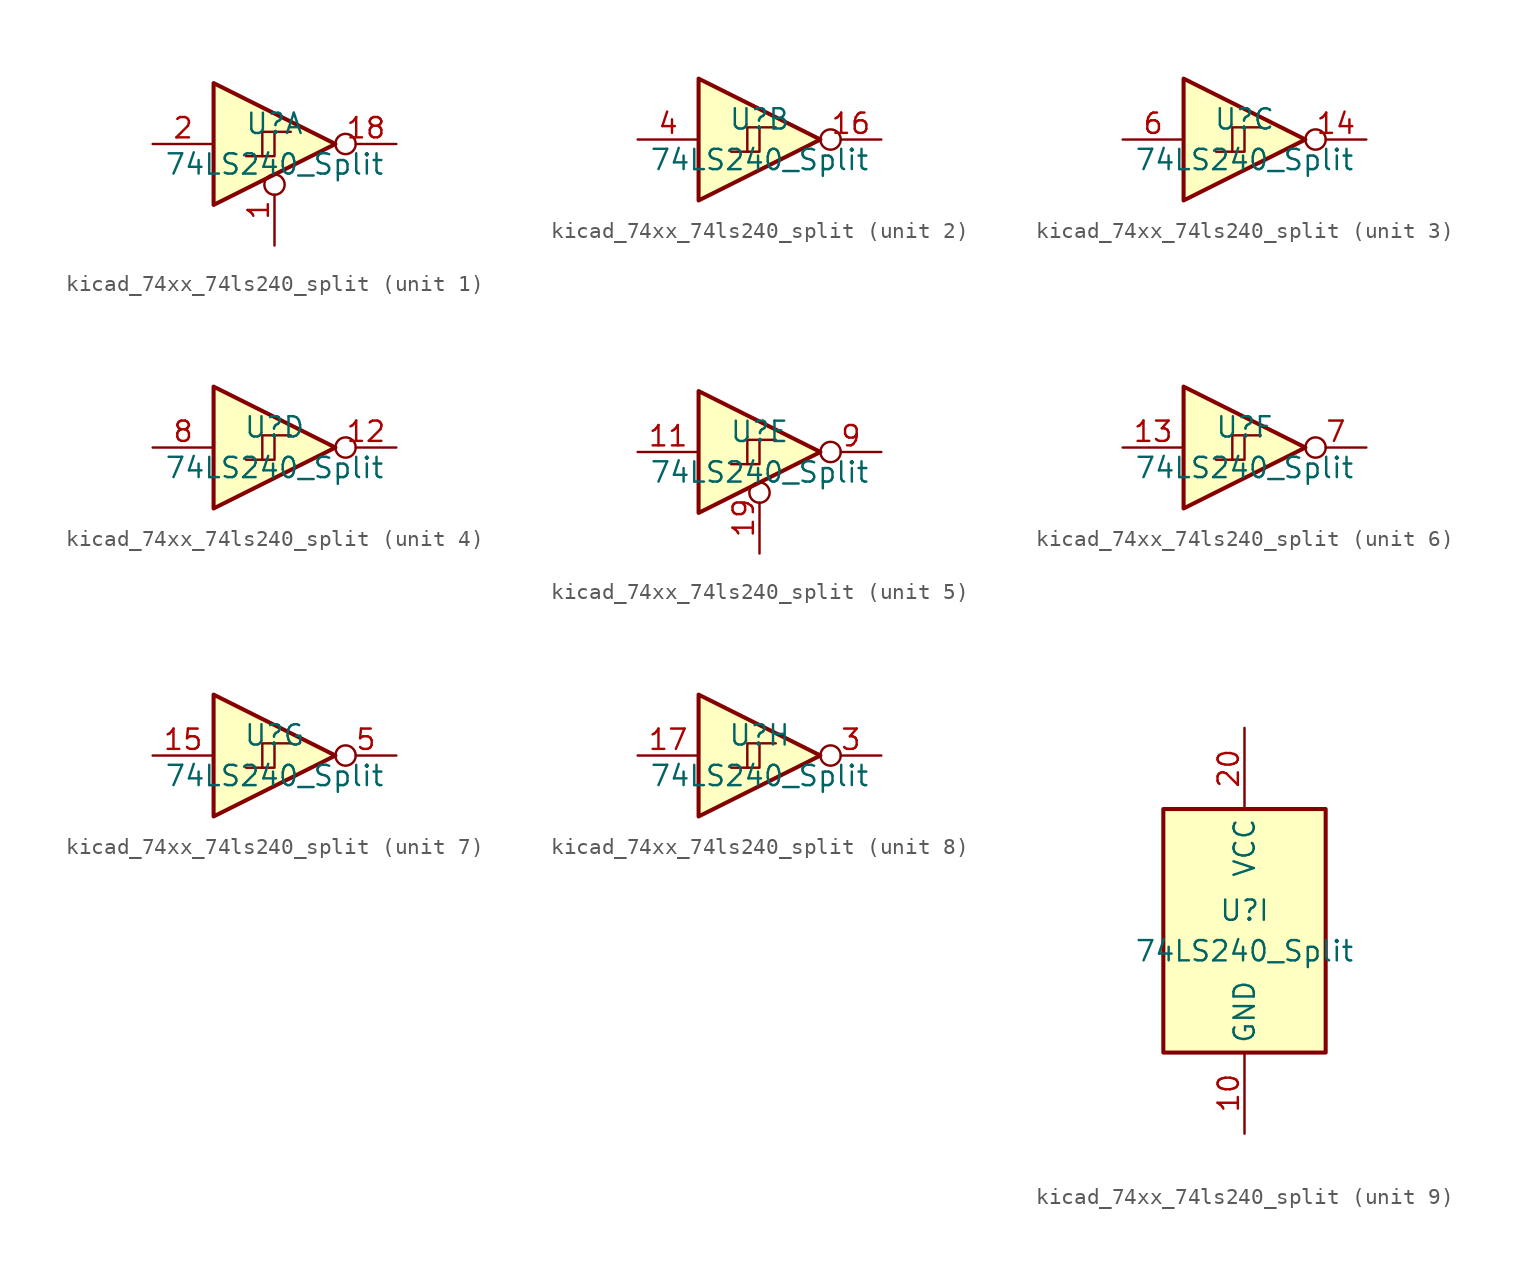
<source format=kicad_sym>
(kicad_symbol_lib
  (version 20220914)
  (generator kicad_symbol_editor)
  (symbol "kicad_74xx_74ls240_split"
    (property "Reference" "U"
      (at 0 1.27 0)
      (effects (font (size 1.27 1.27))))
    (property "Value" "74LS240_Split"
      (at 0 -1.27 0)
      (effects (font (size 1.27 1.27))))
    (property "ki_locked" ""
      (at 0 0 0)
      (effects (font (size 1.27 1.27))))
    (symbol "kicad_74xx_74ls240_split_1_0"
      (polyline (pts (xy -3.81 3.81) (xy -3.81 -3.81) (xy 3.81 0) (xy -3.81 3.81)) (stroke (width 0.254) (type default)) (fill (type background)))
      (pin input inverted (at 0 -6.35 90) (length 4.445) (name "~" (effects (font (size 1.27 1.27)))) (number "1" (effects (font (size 1.27 1.27)))))
      (pin tri_state inverted (at 7.62 0 180) (length 3.81) (name "~" (effects (font (size 1.27 1.27)))) (number "18" (effects (font (size 1.27 1.27)))))
      (pin input line (at -7.62 0 0) (length 3.81) (name "~" (effects (font (size 1.27 1.27)))) (number "2" (effects (font (size 1.27 1.27))))))
    (symbol "kicad_74xx_74ls240_split_1_1"
      (polyline (pts (xy -0.762 -0.762) (xy -0.762 0.762) (xy 1.016 0.762)) (stroke (width 0) (type default)) (fill (type none)))
      (polyline (pts (xy 0 0.762) (xy 0 -0.762) (xy -1.778 -0.762)) (stroke (width 0) (type default)) (fill (type none))))
    (symbol "kicad_74xx_74ls240_split_2_0"
      (polyline (pts (xy -3.81 3.81) (xy -3.81 -3.81) (xy 3.81 0) (xy -3.81 3.81)) (stroke (width 0.254) (type default)) (fill (type background)))
      (pin tri_state inverted (at 7.62 0 180) (length 3.81) (name "~" (effects (font (size 1.27 1.27)))) (number "16" (effects (font (size 1.27 1.27)))))
      (pin input line (at -7.62 0 0) (length 3.81) (name "~" (effects (font (size 1.27 1.27)))) (number "4" (effects (font (size 1.27 1.27))))))
    (symbol "kicad_74xx_74ls240_split_2_1"
      (polyline (pts (xy -0.762 -0.762) (xy -0.762 0.762) (xy 1.016 0.762)) (stroke (width 0) (type default)) (fill (type none)))
      (polyline (pts (xy 0 0.762) (xy 0 -0.762) (xy -1.778 -0.762)) (stroke (width 0) (type default)) (fill (type none))))
    (symbol "kicad_74xx_74ls240_split_3_0"
      (polyline (pts (xy -3.81 3.81) (xy -3.81 -3.81) (xy 3.81 0) (xy -3.81 3.81)) (stroke (width 0.254) (type default)) (fill (type background)))
      (pin tri_state inverted (at 7.62 0 180) (length 3.81) (name "~" (effects (font (size 1.27 1.27)))) (number "14" (effects (font (size 1.27 1.27)))))
      (pin input line (at -7.62 0 0) (length 3.81) (name "~" (effects (font (size 1.27 1.27)))) (number "6" (effects (font (size 1.27 1.27))))))
    (symbol "kicad_74xx_74ls240_split_3_1"
      (polyline (pts (xy -0.762 -0.762) (xy -0.762 0.762) (xy 1.016 0.762)) (stroke (width 0) (type default)) (fill (type none)))
      (polyline (pts (xy 0 0.762) (xy 0 -0.762) (xy -1.778 -0.762)) (stroke (width 0) (type default)) (fill (type none))))
    (symbol "kicad_74xx_74ls240_split_4_0"
      (polyline (pts (xy -3.81 3.81) (xy -3.81 -3.81) (xy 3.81 0) (xy -3.81 3.81)) (stroke (width 0.254) (type default)) (fill (type background)))
      (pin tri_state inverted (at 7.62 0 180) (length 3.81) (name "~" (effects (font (size 1.27 1.27)))) (number "12" (effects (font (size 1.27 1.27)))))
      (pin input line (at -7.62 0 0) (length 3.81) (name "~" (effects (font (size 1.27 1.27)))) (number "8" (effects (font (size 1.27 1.27))))))
    (symbol "kicad_74xx_74ls240_split_4_1"
      (polyline (pts (xy -0.762 -0.762) (xy -0.762 0.762) (xy 1.016 0.762)) (stroke (width 0) (type default)) (fill (type none)))
      (polyline (pts (xy 0 0.762) (xy 0 -0.762) (xy -1.778 -0.762)) (stroke (width 0) (type default)) (fill (type none))))
    (symbol "kicad_74xx_74ls240_split_5_0"
      (polyline (pts (xy -3.81 3.81) (xy -3.81 -3.81) (xy 3.81 0) (xy -3.81 3.81)) (stroke (width 0.254) (type default)) (fill (type background)))
      (pin input line (at -7.62 0 0) (length 3.81) (name "~" (effects (font (size 1.27 1.27)))) (number "11" (effects (font (size 1.27 1.27)))))
      (pin input inverted (at 0 -6.35 90) (length 4.445) (name "~" (effects (font (size 1.27 1.27)))) (number "19" (effects (font (size 1.27 1.27)))))
      (pin tri_state inverted (at 7.62 0 180) (length 3.81) (name "~" (effects (font (size 1.27 1.27)))) (number "9" (effects (font (size 1.27 1.27))))))
    (symbol "kicad_74xx_74ls240_split_5_1"
      (polyline (pts (xy -0.762 -0.762) (xy -0.762 0.762) (xy 1.016 0.762)) (stroke (width 0) (type default)) (fill (type none)))
      (polyline (pts (xy 0 0.762) (xy 0 -0.762) (xy -1.778 -0.762)) (stroke (width 0) (type default)) (fill (type none))))
    (symbol "kicad_74xx_74ls240_split_6_0"
      (polyline (pts (xy -3.81 3.81) (xy -3.81 -3.81) (xy 3.81 0) (xy -3.81 3.81)) (stroke (width 0.254) (type default)) (fill (type background)))
      (pin input line (at -7.62 0 0) (length 3.81) (name "~" (effects (font (size 1.27 1.27)))) (number "13" (effects (font (size 1.27 1.27)))))
      (pin tri_state inverted (at 7.62 0 180) (length 3.81) (name "~" (effects (font (size 1.27 1.27)))) (number "7" (effects (font (size 1.27 1.27))))))
    (symbol "kicad_74xx_74ls240_split_6_1"
      (polyline (pts (xy -0.762 -0.762) (xy -0.762 0.762) (xy 1.016 0.762)) (stroke (width 0) (type default)) (fill (type none)))
      (polyline (pts (xy 0 0.762) (xy 0 -0.762) (xy -1.778 -0.762)) (stroke (width 0) (type default)) (fill (type none))))
    (symbol "kicad_74xx_74ls240_split_7_0"
      (polyline (pts (xy -3.81 3.81) (xy -3.81 -3.81) (xy 3.81 0) (xy -3.81 3.81)) (stroke (width 0.254) (type default)) (fill (type background)))
      (pin input line (at -7.62 0 0) (length 3.81) (name "~" (effects (font (size 1.27 1.27)))) (number "15" (effects (font (size 1.27 1.27)))))
      (pin tri_state inverted (at 7.62 0 180) (length 3.81) (name "~" (effects (font (size 1.27 1.27)))) (number "5" (effects (font (size 1.27 1.27))))))
    (symbol "kicad_74xx_74ls240_split_7_1"
      (polyline (pts (xy -0.762 -0.762) (xy -0.762 0.762) (xy 1.016 0.762)) (stroke (width 0) (type default)) (fill (type none)))
      (polyline (pts (xy 0 0.762) (xy 0 -0.762) (xy -1.778 -0.762)) (stroke (width 0) (type default)) (fill (type none))))
    (symbol "kicad_74xx_74ls240_split_8_0"
      (polyline (pts (xy -3.81 3.81) (xy -3.81 -3.81) (xy 3.81 0) (xy -3.81 3.81)) (stroke (width 0.254) (type default)) (fill (type background)))
      (pin input line (at -7.62 0 0) (length 3.81) (name "~" (effects (font (size 1.27 1.27)))) (number "17" (effects (font (size 1.27 1.27)))))
      (pin tri_state inverted (at 7.62 0 180) (length 3.81) (name "~" (effects (font (size 1.27 1.27)))) (number "3" (effects (font (size 1.27 1.27))))))
    (symbol "kicad_74xx_74ls240_split_8_1"
      (polyline (pts (xy -0.762 -0.762) (xy -0.762 0.762) (xy 1.016 0.762)) (stroke (width 0) (type default)) (fill (type none)))
      (polyline (pts (xy 0 0.762) (xy 0 -0.762) (xy -1.778 -0.762)) (stroke (width 0) (type default)) (fill (type none))))
    (symbol "kicad_74xx_74ls240_split_9_0"
      (pin power_in line (at 0 -12.7 90) (length 5.08) (name "GND" (effects (font (size 1.27 1.27)))) (number "10" (effects (font (size 1.27 1.27)))))
      (pin power_in line (at 0 12.7 270) (length 5.08) (name "VCC" (effects (font (size 1.27 1.27)))) (number "20" (effects (font (size 1.27 1.27))))))
    (symbol "kicad_74xx_74ls240_split_9_1"
      (rectangle (start -5.08 7.62) (end 5.08 -7.62) (stroke (width 0.254) (type default)) (fill (type background))))))
</source>
